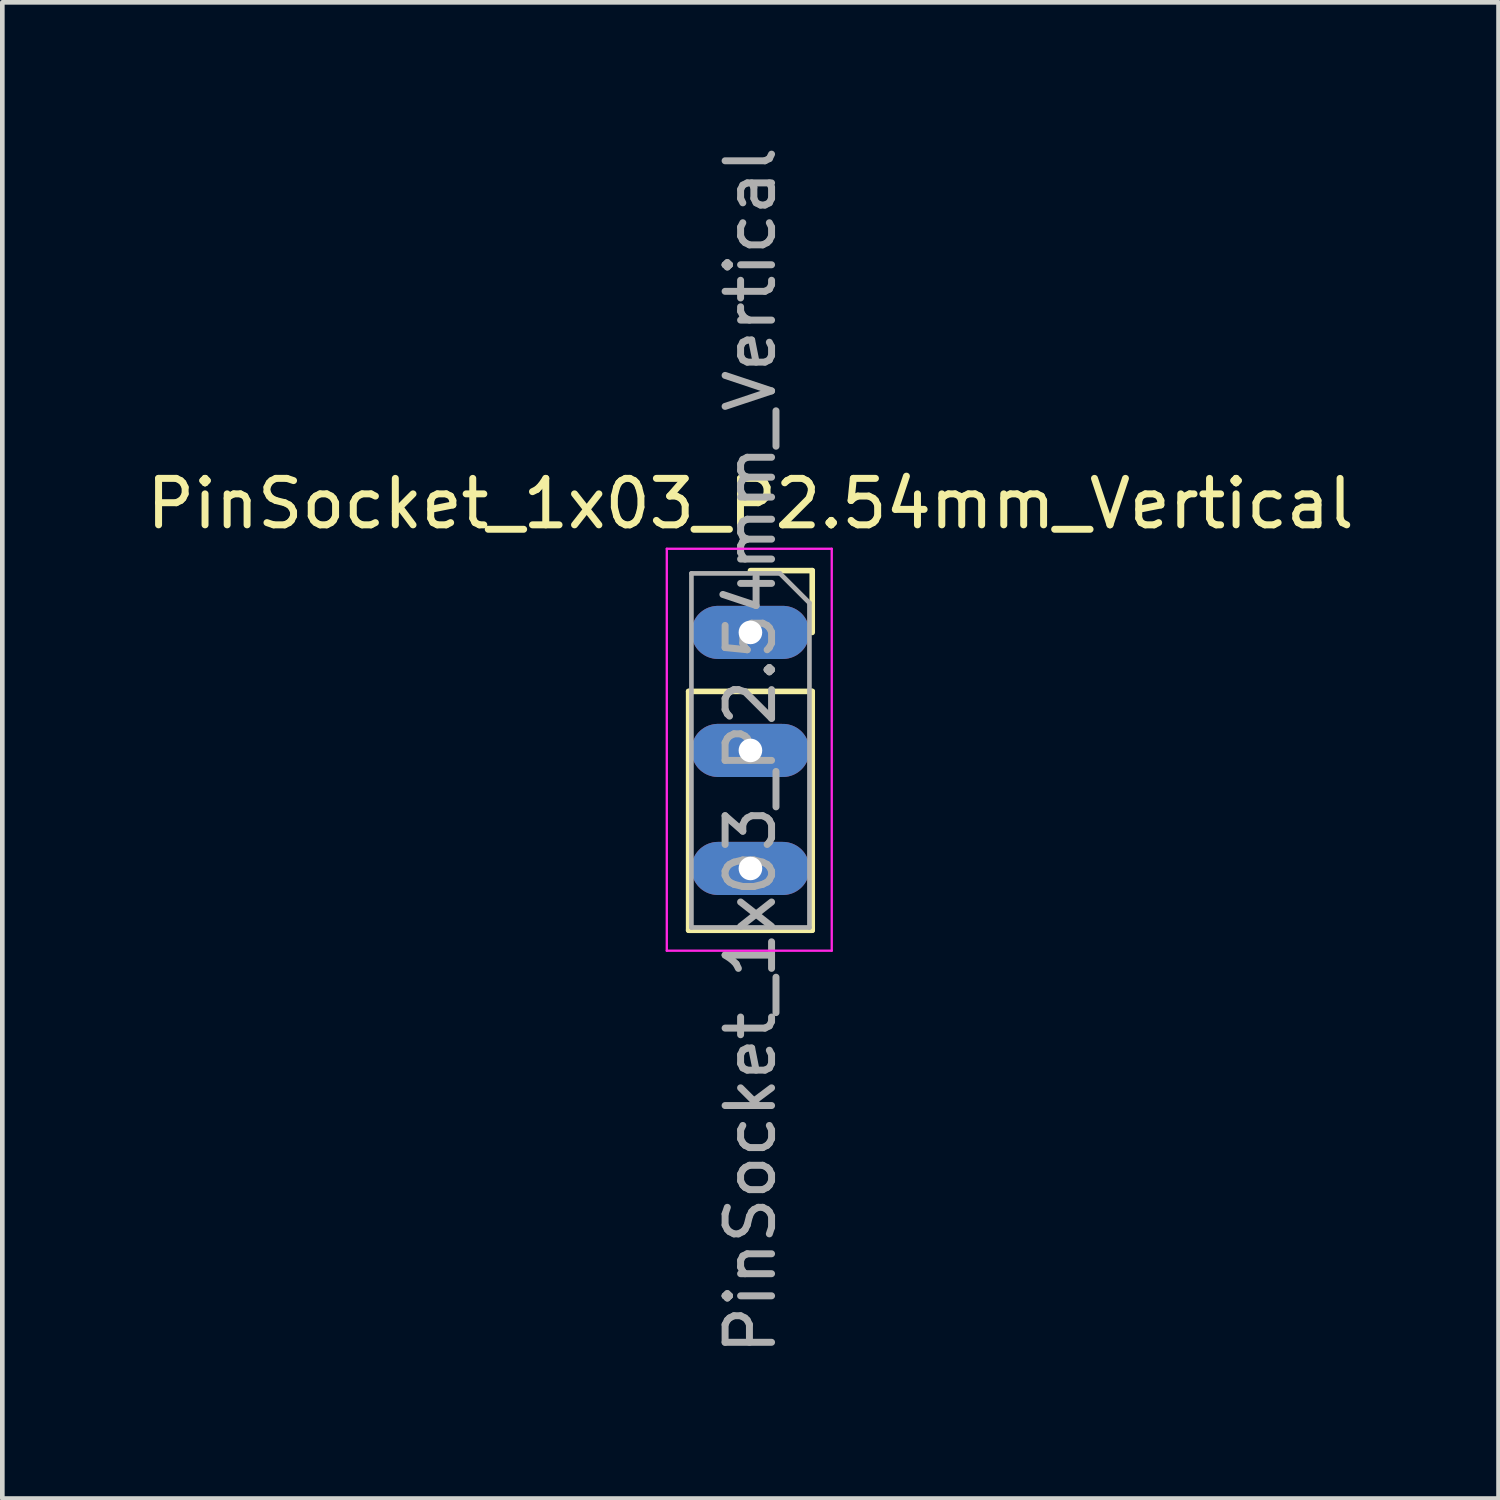
<source format=kicad_pcb>
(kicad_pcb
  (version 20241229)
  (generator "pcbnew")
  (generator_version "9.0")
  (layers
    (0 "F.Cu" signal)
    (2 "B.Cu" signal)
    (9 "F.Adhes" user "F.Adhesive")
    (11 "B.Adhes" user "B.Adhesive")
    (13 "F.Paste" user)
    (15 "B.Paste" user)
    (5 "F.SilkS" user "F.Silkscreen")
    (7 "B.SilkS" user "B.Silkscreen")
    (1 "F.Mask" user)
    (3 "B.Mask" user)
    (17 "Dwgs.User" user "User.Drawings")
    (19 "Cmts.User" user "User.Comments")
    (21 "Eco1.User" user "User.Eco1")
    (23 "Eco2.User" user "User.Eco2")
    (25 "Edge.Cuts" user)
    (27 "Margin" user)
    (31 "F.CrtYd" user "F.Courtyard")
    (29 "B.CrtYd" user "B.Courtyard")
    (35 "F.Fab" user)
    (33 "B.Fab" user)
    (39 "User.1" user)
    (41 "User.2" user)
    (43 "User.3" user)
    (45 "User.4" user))
  (footprint "PinSocket_1x03_P2.54mm_Vertical"
    (layer "F.Cu")
    (at 13.101 10.561)
    (property "Reference" "PinSocket_1x03_P2.54mm_Vertical" (at 0 -2.77 0) (layer "F.SilkS") (effects (font (size 1 1) (thickness 0.15))))
    (attr through_hole)
    (fp_line (start -1.33 1.27) (end -1.33 6.41) (stroke (width 0.12) (type solid)) (layer "F.SilkS"))
    (fp_line (start -1.33 1.27) (end 1.33 1.27) (stroke (width 0.12) (type solid)) (layer "F.SilkS"))
    (fp_line (start -1.33 6.41) (end 1.33 6.41) (stroke (width 0.12) (type solid)) (layer "F.SilkS"))
    (fp_line (start 0 -1.33) (end 1.33 -1.33) (stroke (width 0.12) (type solid)) (layer "F.SilkS"))
    (fp_line (start 1.33 -1.33) (end 1.33 0) (stroke (width 0.12) (type solid)) (layer "F.SilkS"))
    (fp_line (start 1.33 1.27) (end 1.33 6.41) (stroke (width 0.12) (type solid)) (layer "F.SilkS"))
    (fp_line (start -1.8 -1.8) (end 1.75 -1.8) (stroke (width 0.05) (type solid)) (layer "F.CrtYd"))
    (fp_line (start -1.8 6.85) (end -1.8 -1.8) (stroke (width 0.05) (type solid)) (layer "F.CrtYd"))
    (fp_line (start 1.75 -1.8) (end 1.75 6.85) (stroke (width 0.05) (type solid)) (layer "F.CrtYd"))
    (fp_line (start 1.75 6.85) (end -1.8 6.85) (stroke (width 0.05) (type solid)) (layer "F.CrtYd"))
    (fp_line (start -1.27 -1.27) (end 0.635 -1.27) (stroke (width 0.1) (type solid)) (layer "F.Fab"))
    (fp_line (start -1.27 6.35) (end -1.27 -1.27) (stroke (width 0.1) (type solid)) (layer "F.Fab"))
    (fp_line (start 0.635 -1.27) (end 1.27 -0.635) (stroke (width 0.1) (type solid)) (layer "F.Fab"))
    (fp_line (start 1.27 -0.635) (end 1.27 6.35) (stroke (width 0.1) (type solid)) (layer "F.Fab"))
    (fp_line (start 1.27 6.35) (end -1.27 6.35) (stroke (width 0.1) (type solid)) (layer "F.Fab"))
    (fp_text user "${REFERENCE}" (at 0 2.54 270) (layer "F.Fab") (effects (font (size 1 1) (thickness 0.15))))
    (pad "1" thru_hole oval (at 0 0) (size 2.54 1.143) (drill 0.508) (layers "*.Cu" "*.Mask"))
    (pad "2" thru_hole oval (at 0 2.54) (size 2.54 1.143) (drill 0.508) (layers "*.Cu" "*.Mask"))
    (pad "3" thru_hole oval (at 0 5.08) (size 2.54 1.143) (drill 0.508) (layers "*.Cu" "*.Mask")))
  (gr_rect
    (start -3 -3)
    (end 29.202 29.202)
    (stroke (width 0.1) (type default))
    (fill no)
    (layer "Edge.Cuts")))
</source>
